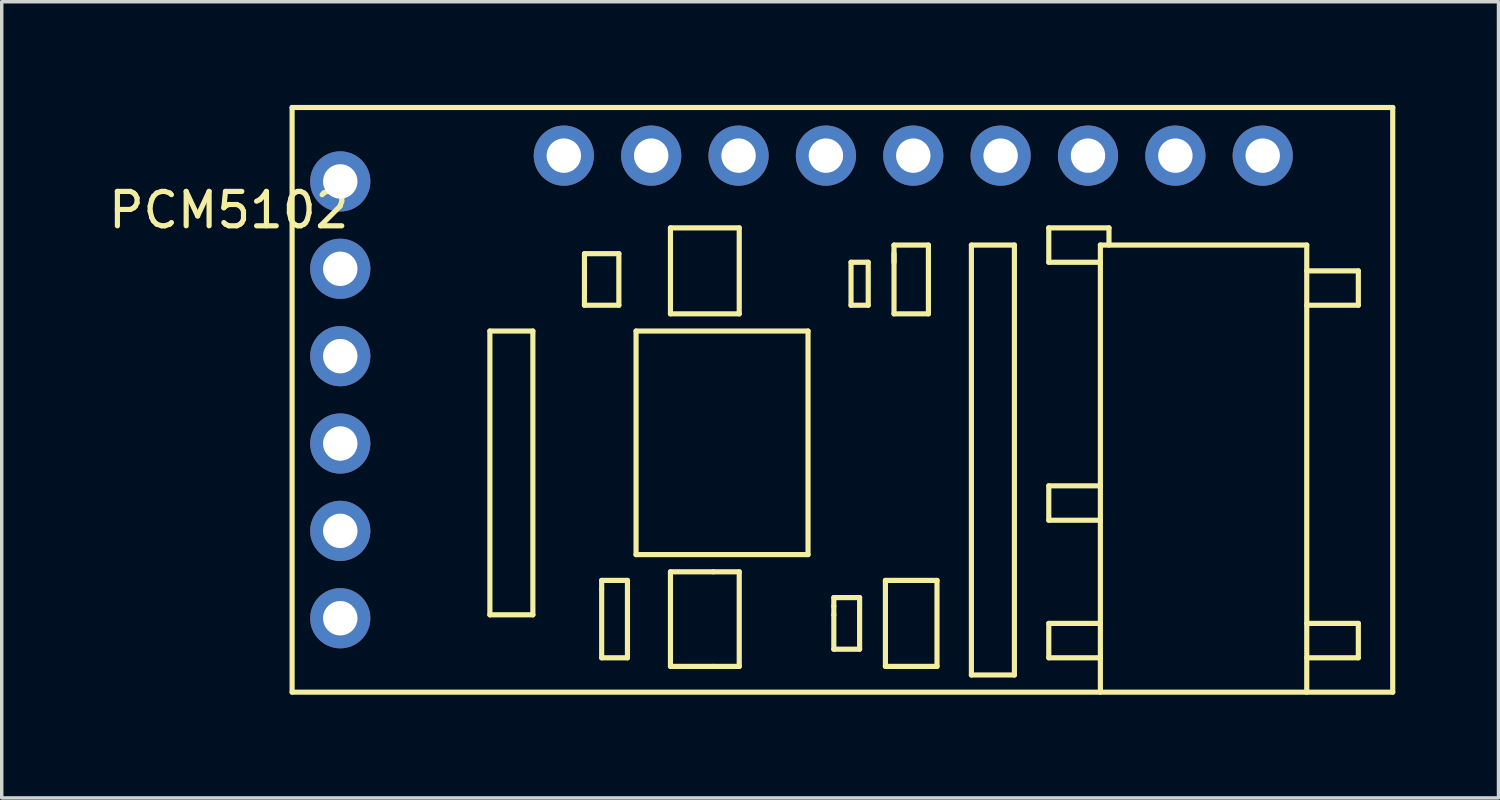
<source format=kicad_pcb>
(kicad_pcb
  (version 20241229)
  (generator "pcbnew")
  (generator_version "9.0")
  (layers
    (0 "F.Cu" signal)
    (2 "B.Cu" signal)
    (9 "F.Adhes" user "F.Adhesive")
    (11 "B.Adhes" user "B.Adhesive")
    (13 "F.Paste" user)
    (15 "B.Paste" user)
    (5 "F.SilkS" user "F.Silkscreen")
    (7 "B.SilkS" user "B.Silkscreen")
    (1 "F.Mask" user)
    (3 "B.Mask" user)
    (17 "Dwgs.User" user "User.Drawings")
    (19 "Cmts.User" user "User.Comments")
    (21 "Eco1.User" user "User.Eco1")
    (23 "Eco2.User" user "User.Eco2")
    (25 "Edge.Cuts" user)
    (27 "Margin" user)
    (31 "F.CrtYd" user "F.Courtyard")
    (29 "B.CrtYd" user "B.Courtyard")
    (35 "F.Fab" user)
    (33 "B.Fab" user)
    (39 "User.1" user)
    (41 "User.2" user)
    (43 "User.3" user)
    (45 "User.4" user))
  (footprint "PCM5102"
    (layer "F.Cu")
    (at 13.343 1.475)
    (property "Reference" "PCM5102" (at -9.742 1.585 0) (layer "F.SilkS") (effects (font (size 1 1) (thickness 0.15))))
    (attr through_hole)
    (fp_line (start -7.9 -1.4) (end -7.9 15.6) (stroke (width 0.15) (type solid)) (layer "F.SilkS"))
    (fp_line (start -7.9 15.6) (end 24.1 15.6) (stroke (width 0.15) (type solid)) (layer "F.SilkS"))
    (fp_line (start -2.15 5.1) (end -0.9 5.1) (stroke (width 0.15) (type solid)) (layer "F.SilkS"))
    (fp_line (start -2.15 13.35) (end -2.15 5.1) (stroke (width 0.15) (type solid)) (layer "F.SilkS"))
    (fp_line (start -0.9 5.1) (end -0.9 13.35) (stroke (width 0.15) (type solid)) (layer "F.SilkS"))
    (fp_line (start -0.9 13.35) (end -2.15 13.35) (stroke (width 0.15) (type solid)) (layer "F.SilkS"))
    (fp_line (start 0.6 2.85) (end 1.6 2.85) (stroke (width 0.15) (type solid)) (layer "F.SilkS"))
    (fp_line (start 0.6 4.35) (end 0.6 2.85) (stroke (width 0.15) (type solid)) (layer "F.SilkS"))
    (fp_line (start 1.1 12.35) (end 1.1 12.6) (stroke (width 0.15) (type solid)) (layer "F.SilkS"))
    (fp_line (start 1.1 12.6) (end 1.1 14.6) (stroke (width 0.15) (type solid)) (layer "F.SilkS"))
    (fp_line (start 1.1 14.6) (end 1.85 14.6) (stroke (width 0.15) (type solid)) (layer "F.SilkS"))
    (fp_line (start 1.6 2.85) (end 1.6 4.35) (stroke (width 0.15) (type solid)) (layer "F.SilkS"))
    (fp_line (start 1.6 4.35) (end 0.6 4.35) (stroke (width 0.15) (type solid)) (layer "F.SilkS"))
    (fp_line (start 1.85 12.35) (end 1.1 12.35) (stroke (width 0.15) (type solid)) (layer "F.SilkS"))
    (fp_line (start 1.85 14.6) (end 1.85 12.35) (stroke (width 0.15) (type solid)) (layer "F.SilkS"))
    (fp_line (start 2.1 5.1) (end 7.1 5.1) (stroke (width 0.15) (type solid)) (layer "F.SilkS"))
    (fp_line (start 2.1 11.6) (end 2.1 5.1) (stroke (width 0.15) (type solid)) (layer "F.SilkS"))
    (fp_line (start 3.1 2.1) (end 3.1 4.6) (stroke (width 0.15) (type solid)) (layer "F.SilkS"))
    (fp_line (start 3.1 4.6) (end 5.1 4.6) (stroke (width 0.15) (type solid)) (layer "F.SilkS"))
    (fp_line (start 3.1 12.1) (end 3.1 14.85) (stroke (width 0.15) (type solid)) (layer "F.SilkS"))
    (fp_line (start 3.1 14.85) (end 4.35 14.85) (stroke (width 0.15) (type solid)) (layer "F.SilkS"))
    (fp_line (start 4.35 12.1) (end 3.1 12.1) (stroke (width 0.15) (type solid)) (layer "F.SilkS"))
    (fp_line (start 4.35 12.1) (end 5.1 12.1) (stroke (width 0.15) (type solid)) (layer "F.SilkS"))
    (fp_line (start 5.1 2.1) (end 3.1 2.1) (stroke (width 0.15) (type solid)) (layer "F.SilkS"))
    (fp_line (start 5.1 4.6) (end 5.1 2.1) (stroke (width 0.15) (type solid)) (layer "F.SilkS"))
    (fp_line (start 5.1 12.1) (end 5.1 14.85) (stroke (width 0.15) (type solid)) (layer "F.SilkS"))
    (fp_line (start 5.1 14.85) (end 4.35 14.85) (stroke (width 0.15) (type solid)) (layer "F.SilkS"))
    (fp_line (start 7.1 5.1) (end 7.1 11.6) (stroke (width 0.15) (type solid)) (layer "F.SilkS"))
    (fp_line (start 7.1 11.6) (end 2.1 11.6) (stroke (width 0.15) (type solid)) (layer "F.SilkS"))
    (fp_line (start 7.85 12.85) (end 7.85 13.1) (stroke (width 0.15) (type solid)) (layer "F.SilkS"))
    (fp_line (start 7.85 13.1) (end 7.85 13.35) (stroke (width 0.15) (type solid)) (layer "F.SilkS"))
    (fp_line (start 7.85 13.35) (end 7.85 14.35) (stroke (width 0.15) (type solid)) (layer "F.SilkS"))
    (fp_line (start 7.85 14.35) (end 8.6 14.35) (stroke (width 0.15) (type solid)) (layer "F.SilkS"))
    (fp_line (start 8.35 3.1) (end 8.35 4.35) (stroke (width 0.15) (type solid)) (layer "F.SilkS"))
    (fp_line (start 8.35 4.35) (end 8.85 4.35) (stroke (width 0.15) (type solid)) (layer "F.SilkS"))
    (fp_line (start 8.6 12.85) (end 7.85 12.85) (stroke (width 0.15) (type solid)) (layer "F.SilkS"))
    (fp_line (start 8.6 14.35) (end 8.6 12.85) (stroke (width 0.15) (type solid)) (layer "F.SilkS"))
    (fp_line (start 8.85 3.1) (end 8.35 3.1) (stroke (width 0.15) (type solid)) (layer "F.SilkS"))
    (fp_line (start 8.85 4.35) (end 8.85 3.1) (stroke (width 0.15) (type solid)) (layer "F.SilkS"))
    (fp_line (start 9.35 12.35) (end 9.35 14.85) (stroke (width 0.15) (type solid)) (layer "F.SilkS"))
    (fp_line (start 9.35 14.85) (end 10.85 14.85) (stroke (width 0.15) (type solid)) (layer "F.SilkS"))
    (fp_line (start 9.6 2.6) (end 9.6 3.1) (stroke (width 0.15) (type solid)) (layer "F.SilkS"))
    (fp_line (start 9.6 2.85) (end 9.6 4.6) (stroke (width 0.15) (type solid)) (layer "F.SilkS"))
    (fp_line (start 9.6 4.6) (end 10.6 4.6) (stroke (width 0.15) (type solid)) (layer "F.SilkS"))
    (fp_line (start 9.6 12.35) (end 9.35 12.35) (stroke (width 0.15) (type solid)) (layer "F.SilkS"))
    (fp_line (start 10.6 2.6) (end 9.6 2.6) (stroke (width 0.15) (type solid)) (layer "F.SilkS"))
    (fp_line (start 10.6 4.6) (end 10.6 2.6) (stroke (width 0.15) (type solid)) (layer "F.SilkS"))
    (fp_line (start 10.85 12.35) (end 9.6 12.35) (stroke (width 0.15) (type solid)) (layer "F.SilkS"))
    (fp_line (start 10.85 14.85) (end 10.85 12.35) (stroke (width 0.15) (type solid)) (layer "F.SilkS"))
    (fp_line (start 11.85 2.6) (end 11.85 15.1) (stroke (width 0.15) (type solid)) (layer "F.SilkS"))
    (fp_line (start 11.85 15.1) (end 13.1 15.1) (stroke (width 0.15) (type solid)) (layer "F.SilkS"))
    (fp_line (start 13.1 2.6) (end 11.85 2.6) (stroke (width 0.15) (type solid)) (layer "F.SilkS"))
    (fp_line (start 13.1 15.1) (end 13.1 2.6) (stroke (width 0.15) (type solid)) (layer "F.SilkS"))
    (fp_line (start 14.1 2.1) (end 15.85 2.1) (stroke (width 0.15) (type solid)) (layer "F.SilkS"))
    (fp_line (start 14.1 3.1) (end 14.1 2.1) (stroke (width 0.15) (type solid)) (layer "F.SilkS"))
    (fp_line (start 14.1 9.6) (end 15.6 9.6) (stroke (width 0.15) (type solid)) (layer "F.SilkS"))
    (fp_line (start 14.1 10.6) (end 14.1 9.6) (stroke (width 0.15) (type solid)) (layer "F.SilkS"))
    (fp_line (start 14.1 13.6) (end 15.6 13.6) (stroke (width 0.15) (type solid)) (layer "F.SilkS"))
    (fp_line (start 14.1 14.6) (end 14.1 13.6) (stroke (width 0.15) (type solid)) (layer "F.SilkS"))
    (fp_line (start 15.6 2.6) (end 21.6 2.6) (stroke (width 0.15) (type solid)) (layer "F.SilkS"))
    (fp_line (start 15.6 3.1) (end 14.1 3.1) (stroke (width 0.15) (type solid)) (layer "F.SilkS"))
    (fp_line (start 15.6 10.6) (end 14.1 10.6) (stroke (width 0.15) (type solid)) (layer "F.SilkS"))
    (fp_line (start 15.6 14.6) (end 14.1 14.6) (stroke (width 0.15) (type solid)) (layer "F.SilkS"))
    (fp_line (start 15.6 15.6) (end 15.6 2.6) (stroke (width 0.15) (type solid)) (layer "F.SilkS"))
    (fp_line (start 15.85 2.1) (end 15.85 2.6) (stroke (width 0.15) (type solid)) (layer "F.SilkS"))
    (fp_line (start 21.6 2.6) (end 21.6 15.6) (stroke (width 0.15) (type solid)) (layer "F.SilkS"))
    (fp_line (start 21.6 3.35) (end 23.1 3.35) (stroke (width 0.15) (type solid)) (layer "F.SilkS"))
    (fp_line (start 21.6 13.6) (end 23.1 13.6) (stroke (width 0.15) (type solid)) (layer "F.SilkS"))
    (fp_line (start 23.1 3.35) (end 23.1 4.35) (stroke (width 0.15) (type solid)) (layer "F.SilkS"))
    (fp_line (start 23.1 4.35) (end 21.6 4.35) (stroke (width 0.15) (type solid)) (layer "F.SilkS"))
    (fp_line (start 23.1 13.6) (end 23.1 14.6) (stroke (width 0.15) (type solid)) (layer "F.SilkS"))
    (fp_line (start 23.1 14.6) (end 21.6 14.6) (stroke (width 0.15) (type solid)) (layer "F.SilkS"))
    (fp_line (start 24.1 -1.4) (end -7.9 -1.4) (stroke (width 0.15) (type solid)) (layer "F.SilkS"))
    (fp_line (start 24.1 -1.4) (end 24.1 15.6) (stroke (width 0.15) (type solid)) (layer "F.SilkS"))
    (pad "1" thru_hole circle (at -6.5 13.45) (size 1.75 1.75) (drill 1) (layers "*.Cu" "*.Mask"))
    (pad "2" thru_hole circle (at -6.5 10.91) (size 1.75 1.75) (drill 1) (layers "*.Cu" "*.Mask"))
    (pad "3" thru_hole circle (at -6.5 8.37) (size 1.75 1.75) (drill 1) (layers "*.Cu" "*.Mask"))
    (pad "4" thru_hole circle (at -6.5 5.83) (size 1.75 1.75) (drill 1) (layers "*.Cu" "*.Mask"))
    (pad "5" thru_hole circle (at -6.5 3.29) (size 1.75 1.75) (drill 1) (layers "*.Cu" "*.Mask"))
    (pad "6" thru_hole circle (at -6.5 0.75) (size 1.75 1.75) (drill 1) (layers "*.Cu" "*.Mask"))
    (pad "7" thru_hole circle (at 0 0) (size 1.75 1.75) (drill 1) (layers "*.Cu" "*.Mask"))
    (pad "8" thru_hole circle (at 2.54 0) (size 1.75 1.75) (drill 1) (layers "*.Cu" "*.Mask"))
    (pad "9" thru_hole circle (at 5.08 0) (size 1.75 1.75) (drill 1) (layers "*.Cu" "*.Mask"))
    (pad "10" thru_hole circle (at 7.62 0) (size 1.75 1.75) (drill 1) (layers "*.Cu" "*.Mask"))
    (pad "11" thru_hole circle (at 10.16 0) (size 1.75 1.75) (drill 1) (layers "*.Cu" "*.Mask"))
    (pad "12" thru_hole circle (at 12.7 0) (size 1.75 1.75) (drill 1) (layers "*.Cu" "*.Mask"))
    (pad "13" thru_hole circle (at 15.24 0) (size 1.75 1.75) (drill 1) (layers "*.Cu" "*.Mask"))
    (pad "14" thru_hole circle (at 17.78 0) (size 1.75 1.75) (drill 1) (layers "*.Cu" "*.Mask"))
    (pad "15" thru_hole circle (at 20.32 0) (size 1.75 1.75) (drill 1) (layers "*.Cu" "*.Mask")))
  (gr_rect
    (start -3 -3)
    (end 40.518 20.15)
    (stroke (width 0.1) (type default))
    (fill no)
    (layer "Edge.Cuts")))
</source>
